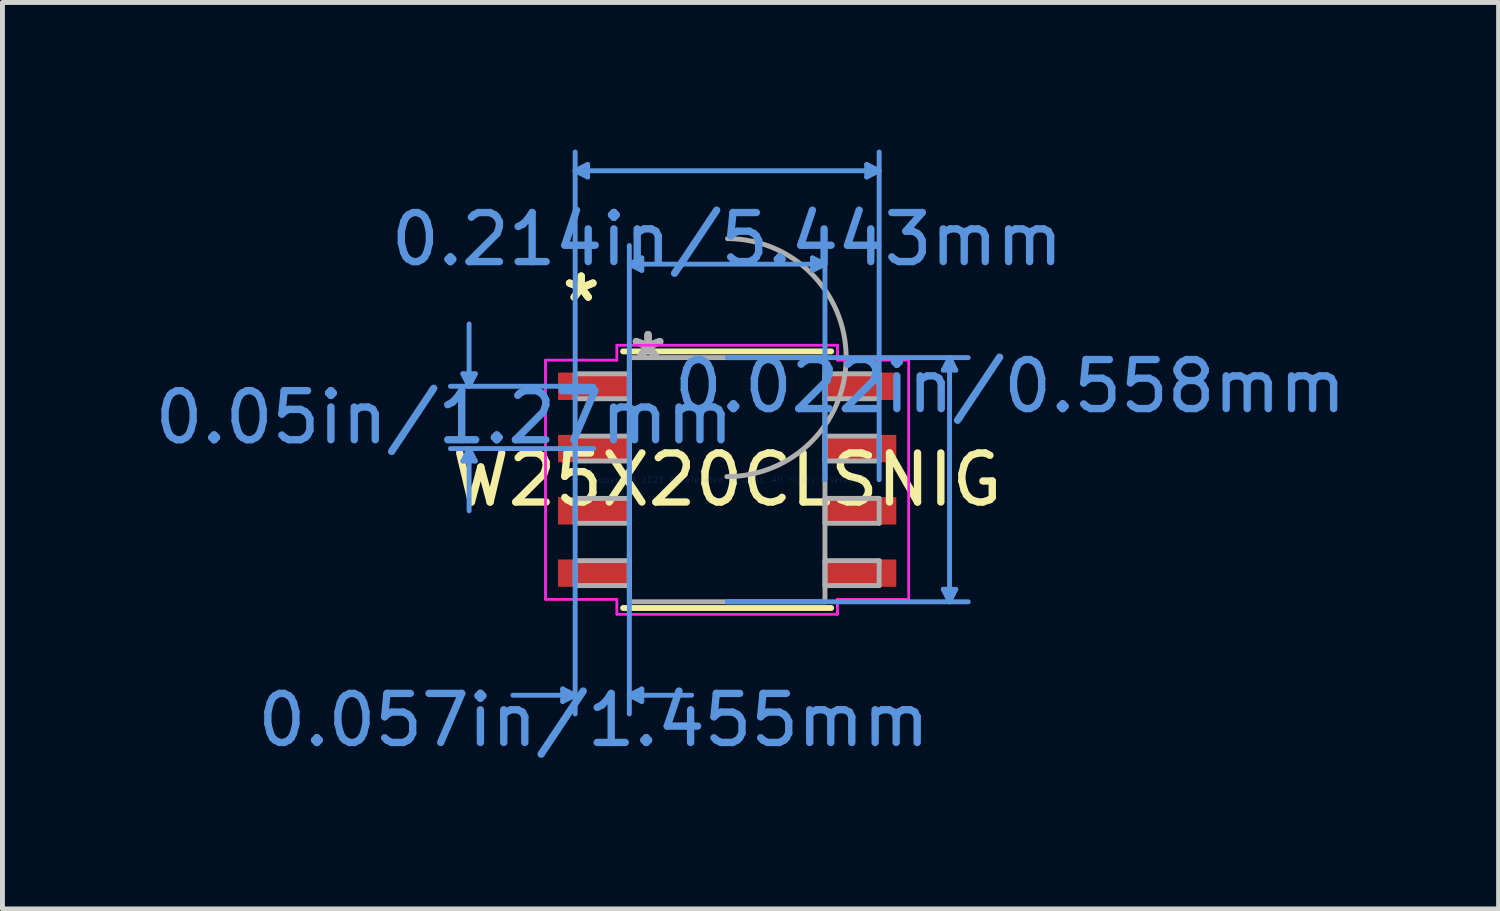
<source format=kicad_pcb>
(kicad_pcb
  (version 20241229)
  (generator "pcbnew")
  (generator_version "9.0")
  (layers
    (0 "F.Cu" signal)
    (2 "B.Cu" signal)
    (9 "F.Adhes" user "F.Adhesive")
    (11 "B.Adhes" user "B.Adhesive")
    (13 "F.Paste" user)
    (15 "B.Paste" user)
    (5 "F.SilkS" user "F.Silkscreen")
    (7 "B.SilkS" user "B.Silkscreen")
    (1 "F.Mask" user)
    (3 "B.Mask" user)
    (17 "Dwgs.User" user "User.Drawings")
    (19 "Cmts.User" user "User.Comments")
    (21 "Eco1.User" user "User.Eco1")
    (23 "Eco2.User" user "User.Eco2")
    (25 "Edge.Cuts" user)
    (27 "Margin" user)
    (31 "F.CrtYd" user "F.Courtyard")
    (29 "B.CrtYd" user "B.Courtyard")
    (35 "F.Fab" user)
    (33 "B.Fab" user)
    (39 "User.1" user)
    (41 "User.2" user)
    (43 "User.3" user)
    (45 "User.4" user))
  (footprint "W25X20CLSNIG"
    (layer "F.Cu")
    (at 11.775 6.73)
    (property "Reference" "W25X20CLSNIG" (at 0 0 0) (layer "F.SilkS") (effects (font (size 1 1) (thickness 0.15))))
    (attr through_hole)
    (fp_line (start -2.121 2.616) (end 2.121 2.616) (stroke (width 0.12) (type solid)) (layer "F.SilkS"))
    (fp_line (start 2.121 -2.616) (end -2.121 -2.616) (stroke (width 0.12) (type solid)) (layer "F.SilkS"))
    (fp_line (start -5.388 -2.159) (end -5.134 -2.159) (stroke (width 0.1) (type solid)) (layer "Cmts.User"))
    (fp_line (start -5.388 -0.381) (end -5.134 -0.381) (stroke (width 0.1) (type solid)) (layer "Cmts.User"))
    (fp_line (start -5.261 -1.905) (end -5.388 -2.159) (stroke (width 0.1) (type solid)) (layer "Cmts.User"))
    (fp_line (start -5.261 -1.905) (end -5.261 -3.175) (stroke (width 0.1) (type solid)) (layer "Cmts.User"))
    (fp_line (start -5.261 -1.905) (end -5.134 -2.159) (stroke (width 0.1) (type solid)) (layer "Cmts.User"))
    (fp_line (start -5.261 -0.635) (end -5.388 -0.381) (stroke (width 0.1) (type solid)) (layer "Cmts.User"))
    (fp_line (start -5.261 -0.635) (end -5.261 0.635) (stroke (width 0.1) (type solid)) (layer "Cmts.User"))
    (fp_line (start -5.261 -0.635) (end -5.134 -0.381) (stroke (width 0.1) (type solid)) (layer "Cmts.User"))
    (fp_line (start -3.353 4.267) (end -3.353 4.521) (stroke (width 0.1) (type solid)) (layer "Cmts.User"))
    (fp_line (start -3.099 -6.299) (end -2.845 -6.426) (stroke (width 0.1) (type solid)) (layer "Cmts.User"))
    (fp_line (start -3.099 -6.299) (end -2.845 -6.172) (stroke (width 0.1) (type solid)) (layer "Cmts.User"))
    (fp_line (start -3.099 -6.299) (end 3.099 -6.299) (stroke (width 0.1) (type solid)) (layer "Cmts.User"))
    (fp_line (start -3.099 0) (end -3.099 -6.68) (stroke (width 0.1) (type solid)) (layer "Cmts.User"))
    (fp_line (start -3.099 0) (end -3.099 4.775) (stroke (width 0.1) (type solid)) (layer "Cmts.User"))
    (fp_line (start -3.099 4.394) (end -4.369 4.394) (stroke (width 0.1) (type solid)) (layer "Cmts.User"))
    (fp_line (start -3.099 4.394) (end -3.353 4.267) (stroke (width 0.1) (type solid)) (layer "Cmts.User"))
    (fp_line (start -3.099 4.394) (end -3.353 4.521) (stroke (width 0.1) (type solid)) (layer "Cmts.User"))
    (fp_line (start -2.845 -6.426) (end -2.845 -6.172) (stroke (width 0.1) (type solid)) (layer "Cmts.User"))
    (fp_line (start -2.721 -1.905) (end -5.642 -1.905) (stroke (width 0.1) (type solid)) (layer "Cmts.User"))
    (fp_line (start -2.721 -0.635) (end -5.642 -0.635) (stroke (width 0.1) (type solid)) (layer "Cmts.User"))
    (fp_line (start -1.994 -4.394) (end -1.74 -4.521) (stroke (width 0.1) (type solid)) (layer "Cmts.User"))
    (fp_line (start -1.994 -4.394) (end -1.74 -4.267) (stroke (width 0.1) (type solid)) (layer "Cmts.User"))
    (fp_line (start -1.994 -4.394) (end 1.994 -4.394) (stroke (width 0.1) (type solid)) (layer "Cmts.User"))
    (fp_line (start -1.994 0) (end -1.994 -4.775) (stroke (width 0.1) (type solid)) (layer "Cmts.User"))
    (fp_line (start -1.994 0) (end -1.994 4.775) (stroke (width 0.1) (type solid)) (layer "Cmts.User"))
    (fp_line (start -1.994 4.394) (end -1.74 4.267) (stroke (width 0.1) (type solid)) (layer "Cmts.User"))
    (fp_line (start -1.994 4.394) (end -1.74 4.521) (stroke (width 0.1) (type solid)) (layer "Cmts.User"))
    (fp_line (start -1.994 4.394) (end -0.724 4.394) (stroke (width 0.1) (type solid)) (layer "Cmts.User"))
    (fp_line (start -1.74 -4.521) (end -1.74 -4.267) (stroke (width 0.1) (type solid)) (layer "Cmts.User"))
    (fp_line (start -1.74 4.267) (end -1.74 4.521) (stroke (width 0.1) (type solid)) (layer "Cmts.User"))
    (fp_line (start 0 -2.489) (end 4.915 -2.489) (stroke (width 0.1) (type solid)) (layer "Cmts.User"))
    (fp_line (start 0 2.489) (end 4.915 2.489) (stroke (width 0.1) (type solid)) (layer "Cmts.User"))
    (fp_line (start 1.74 -4.521) (end 1.74 -4.267) (stroke (width 0.1) (type solid)) (layer "Cmts.User"))
    (fp_line (start 1.994 -4.394) (end 1.74 -4.521) (stroke (width 0.1) (type solid)) (layer "Cmts.User"))
    (fp_line (start 1.994 -4.394) (end 1.74 -4.267) (stroke (width 0.1) (type solid)) (layer "Cmts.User"))
    (fp_line (start 1.994 0) (end 1.994 -4.775) (stroke (width 0.1) (type solid)) (layer "Cmts.User"))
    (fp_line (start 2.845 -6.426) (end 2.845 -6.172) (stroke (width 0.1) (type solid)) (layer "Cmts.User"))
    (fp_line (start 3.099 -6.299) (end 2.845 -6.426) (stroke (width 0.1) (type solid)) (layer "Cmts.User"))
    (fp_line (start 3.099 -6.299) (end 2.845 -6.172) (stroke (width 0.1) (type solid)) (layer "Cmts.User"))
    (fp_line (start 3.099 0) (end 3.099 -6.68) (stroke (width 0.1) (type solid)) (layer "Cmts.User"))
    (fp_line (start 4.407 -2.235) (end 4.661 -2.235) (stroke (width 0.1) (type solid)) (layer "Cmts.User"))
    (fp_line (start 4.407 2.235) (end 4.661 2.235) (stroke (width 0.1) (type solid)) (layer "Cmts.User"))
    (fp_line (start 4.534 -2.489) (end 4.407 -2.235) (stroke (width 0.1) (type solid)) (layer "Cmts.User"))
    (fp_line (start 4.534 -2.489) (end 4.534 2.489) (stroke (width 0.1) (type solid)) (layer "Cmts.User"))
    (fp_line (start 4.534 -2.489) (end 4.661 -2.235) (stroke (width 0.1) (type solid)) (layer "Cmts.User"))
    (fp_line (start 4.534 2.489) (end 4.407 2.235) (stroke (width 0.1) (type solid)) (layer "Cmts.User"))
    (fp_line (start 4.534 2.489) (end 4.661 2.235) (stroke (width 0.1) (type solid)) (layer "Cmts.User"))
    (fp_line (start -3.703 -2.438) (end -2.248 -2.438) (stroke (width 0.05) (type solid)) (layer "F.CrtYd"))
    (fp_line (start -3.703 -2.438) (end -2.248 -2.438) (stroke (width 0.05) (type solid)) (layer "F.CrtYd"))
    (fp_line (start -3.703 2.438) (end -3.703 -2.438) (stroke (width 0.05) (type solid)) (layer "F.CrtYd"))
    (fp_line (start -3.703 2.438) (end -3.703 -2.438) (stroke (width 0.05) (type solid)) (layer "F.CrtYd"))
    (fp_line (start -3.703 2.438) (end -2.248 2.438) (stroke (width 0.05) (type solid)) (layer "F.CrtYd"))
    (fp_line (start -2.248 -2.743) (end 2.248 -2.743) (stroke (width 0.05) (type solid)) (layer "F.CrtYd"))
    (fp_line (start -2.248 -2.743) (end 2.248 -2.743) (stroke (width 0.05) (type solid)) (layer "F.CrtYd"))
    (fp_line (start -2.248 -2.438) (end -2.248 -2.743) (stroke (width 0.05) (type solid)) (layer "F.CrtYd"))
    (fp_line (start -2.248 -2.438) (end -2.248 -2.743) (stroke (width 0.05) (type solid)) (layer "F.CrtYd"))
    (fp_line (start -2.248 2.438) (end -3.703 2.438) (stroke (width 0.05) (type solid)) (layer "F.CrtYd"))
    (fp_line (start -2.248 2.743) (end -2.248 2.438) (stroke (width 0.05) (type solid)) (layer "F.CrtYd"))
    (fp_line (start -2.248 2.743) (end -2.248 2.438) (stroke (width 0.05) (type solid)) (layer "F.CrtYd"))
    (fp_line (start 2.248 -2.743) (end 2.248 -2.438) (stroke (width 0.05) (type solid)) (layer "F.CrtYd"))
    (fp_line (start 2.248 -2.743) (end 2.248 -2.438) (stroke (width 0.05) (type solid)) (layer "F.CrtYd"))
    (fp_line (start 2.248 -2.438) (end 3.703 -2.438) (stroke (width 0.05) (type solid)) (layer "F.CrtYd"))
    (fp_line (start 2.248 2.438) (end 2.248 2.743) (stroke (width 0.05) (type solid)) (layer "F.CrtYd"))
    (fp_line (start 2.248 2.438) (end 2.248 2.743) (stroke (width 0.05) (type solid)) (layer "F.CrtYd"))
    (fp_line (start 2.248 2.743) (end -2.248 2.743) (stroke (width 0.05) (type solid)) (layer "F.CrtYd"))
    (fp_line (start 2.248 2.743) (end -2.248 2.743) (stroke (width 0.05) (type solid)) (layer "F.CrtYd"))
    (fp_line (start 3.703 -2.438) (end 2.248 -2.438) (stroke (width 0.05) (type solid)) (layer "F.CrtYd"))
    (fp_line (start 3.703 -2.438) (end 3.703 2.438) (stroke (width 0.05) (type solid)) (layer "F.CrtYd"))
    (fp_line (start 3.703 -2.438) (end 3.703 2.438) (stroke (width 0.05) (type solid)) (layer "F.CrtYd"))
    (fp_line (start 3.703 2.438) (end 2.248 2.438) (stroke (width 0.05) (type solid)) (layer "F.CrtYd"))
    (fp_line (start 3.703 2.438) (end 2.248 2.438) (stroke (width 0.05) (type solid)) (layer "F.CrtYd"))
    (fp_line (start -3.099 -2.159) (end -3.099 -1.651) (stroke (width 0.1) (type solid)) (layer "F.Fab"))
    (fp_line (start -3.099 -1.651) (end -1.994 -1.651) (stroke (width 0.1) (type solid)) (layer "F.Fab"))
    (fp_line (start -3.099 -0.889) (end -3.099 -0.381) (stroke (width 0.1) (type solid)) (layer "F.Fab"))
    (fp_line (start -3.099 -0.381) (end -1.994 -0.381) (stroke (width 0.1) (type solid)) (layer "F.Fab"))
    (fp_line (start -3.099 0.381) (end -3.099 0.889) (stroke (width 0.1) (type solid)) (layer "F.Fab"))
    (fp_line (start -3.099 0.889) (end -1.994 0.889) (stroke (width 0.1) (type solid)) (layer "F.Fab"))
    (fp_line (start -3.099 1.651) (end -3.099 2.159) (stroke (width 0.1) (type solid)) (layer "F.Fab"))
    (fp_line (start -3.099 2.159) (end -1.994 2.159) (stroke (width 0.1) (type solid)) (layer "F.Fab"))
    (fp_line (start -1.994 -2.489) (end -1.994 2.489) (stroke (width 0.1) (type solid)) (layer "F.Fab"))
    (fp_line (start -1.994 -2.159) (end -3.099 -2.159) (stroke (width 0.1) (type solid)) (layer "F.Fab"))
    (fp_line (start -1.994 -1.651) (end -1.994 -2.159) (stroke (width 0.1) (type solid)) (layer "F.Fab"))
    (fp_line (start -1.994 -0.889) (end -3.099 -0.889) (stroke (width 0.1) (type solid)) (layer "F.Fab"))
    (fp_line (start -1.994 -0.381) (end -1.994 -0.889) (stroke (width 0.1) (type solid)) (layer "F.Fab"))
    (fp_line (start -1.994 0.381) (end -3.099 0.381) (stroke (width 0.1) (type solid)) (layer "F.Fab"))
    (fp_line (start -1.994 0.889) (end -1.994 0.381) (stroke (width 0.1) (type solid)) (layer "F.Fab"))
    (fp_line (start -1.994 1.651) (end -3.099 1.651) (stroke (width 0.1) (type solid)) (layer "F.Fab"))
    (fp_line (start -1.994 2.159) (end -1.994 1.651) (stroke (width 0.1) (type solid)) (layer "F.Fab"))
    (fp_line (start -1.994 2.489) (end 1.994 2.489) (stroke (width 0.1) (type solid)) (layer "F.Fab"))
    (fp_line (start 1.994 -2.489) (end -1.994 -2.489) (stroke (width 0.1) (type solid)) (layer "F.Fab"))
    (fp_line (start 1.994 -2.159) (end 1.994 -1.651) (stroke (width 0.1) (type solid)) (layer "F.Fab"))
    (fp_line (start 1.994 -1.651) (end 3.099 -1.651) (stroke (width 0.1) (type solid)) (layer "F.Fab"))
    (fp_line (start 1.994 -0.889) (end 1.994 -0.381) (stroke (width 0.1) (type solid)) (layer "F.Fab"))
    (fp_line (start 1.994 -0.381) (end 3.099 -0.381) (stroke (width 0.1) (type solid)) (layer "F.Fab"))
    (fp_line (start 1.994 0.381) (end 1.994 0.889) (stroke (width 0.1) (type solid)) (layer "F.Fab"))
    (fp_line (start 1.994 0.889) (end 3.099 0.889) (stroke (width 0.1) (type solid)) (layer "F.Fab"))
    (fp_line (start 1.994 1.651) (end 1.994 2.159) (stroke (width 0.1) (type solid)) (layer "F.Fab"))
    (fp_line (start 1.994 2.159) (end 3.099 2.159) (stroke (width 0.1) (type solid)) (layer "F.Fab"))
    (fp_line (start 1.994 2.489) (end 1.994 -2.489) (stroke (width 0.1) (type solid)) (layer "F.Fab"))
    (fp_line (start 3.099 -2.159) (end 1.994 -2.159) (stroke (width 0.1) (type solid)) (layer "F.Fab"))
    (fp_line (start 3.099 -1.651) (end 3.099 -2.159) (stroke (width 0.1) (type solid)) (layer "F.Fab"))
    (fp_line (start 3.099 -0.889) (end 1.994 -0.889) (stroke (width 0.1) (type solid)) (layer "F.Fab"))
    (fp_line (start 3.099 -0.381) (end 3.099 -0.889) (stroke (width 0.1) (type solid)) (layer "F.Fab"))
    (fp_line (start 3.099 0.381) (end 1.994 0.381) (stroke (width 0.1) (type solid)) (layer "F.Fab"))
    (fp_line (start 3.099 0.889) (end 3.099 0.381) (stroke (width 0.1) (type solid)) (layer "F.Fab"))
    (fp_line (start 3.099 1.651) (end 1.994 1.651) (stroke (width 0.1) (type solid)) (layer "F.Fab"))
    (fp_line (start 3.099 2.159) (end 3.099 1.651) (stroke (width 0.1) (type solid)) (layer "F.Fab"))
    (fp_arc (start 0.007742 -4.915174) (mid 2.425974 -2.481458) (end -0.007742 -0.063226) (stroke (width 0.1) (type solid)) (layer "F.Fab"))
    (fp_text user "*" (at -2.975 -3.606 0) (layer "F.SilkS") (effects (font (size 1 1) (thickness 0.15))))
    (fp_text user "*" (at -2.975 -3.606 0) (layer "F.SilkS") (effects (font (size 1 1) (thickness 0.15))))
    (fp_text user "0.05in/1.27mm" (at -5.769 -1.27 0) (layer "Cmts.User") (effects (font (size 1 1) (thickness 0.15))))
    (fp_text user "0.057in/1.455mm" (at -2.721 4.902 0) (layer "Cmts.User") (effects (font (size 1 1) (thickness 0.15))))
    (fp_text user "0.022in/0.558mm" (at 5.769 -1.905 0) (layer "Cmts.User") (effects (font (size 1 1) (thickness 0.15))))
    (fp_text user "Copyright 2021 Accelerated Designs. All rights reserved." (at 0 0 0) (layer "Cmts.User") (effects (font (size 0.127 0.127) (thickness 0.002))))
    (fp_text user "0.214in/5.443mm" (at 0 -4.902 0) (layer "Cmts.User") (effects (font (size 1 1) (thickness 0.15))))
    (fp_text user "*" (at -1.613 -2.413 0) (layer "F.Fab") (effects (font (size 1 1) (thickness 0.15))))
    (fp_text user "*" (at -1.613 -2.413 0) (layer "F.Fab") (effects (font (size 1 1) (thickness 0.15))))
    (pad "1" smd rect (at -2.721 -1.905) (size 1.455 0.558) (layers "F.Cu" "F.Mask" "F.Paste"))
    (pad "2" smd rect (at -2.721 -0.635) (size 1.455 0.558) (layers "F.Cu" "F.Mask" "F.Paste"))
    (pad "3" smd rect (at -2.721 0.635) (size 1.455 0.558) (layers "F.Cu" "F.Mask" "F.Paste"))
    (pad "4" smd rect (at -2.721 1.905) (size 1.455 0.558) (layers "F.Cu" "F.Mask" "F.Paste"))
    (pad "5" smd rect (at 2.721 1.905) (size 1.455 0.558) (layers "F.Cu" "F.Mask" "F.Paste"))
    (pad "6" smd rect (at 2.721 0.635) (size 1.455 0.558) (layers "F.Cu" "F.Mask" "F.Paste"))
    (pad "7" smd rect (at 2.721 -0.635) (size 1.455 0.558) (layers "F.Cu" "F.Mask" "F.Paste"))
    (pad "8" smd rect (at 2.721 -1.905) (size 1.455 0.558) (layers "F.Cu" "F.Mask" "F.Paste")))
  (gr_rect
    (start -3 -3)
    (end 27.503 15.481)
    (stroke (width 0.1) (type default))
    (fill no)
    (layer "Edge.Cuts")))
</source>
